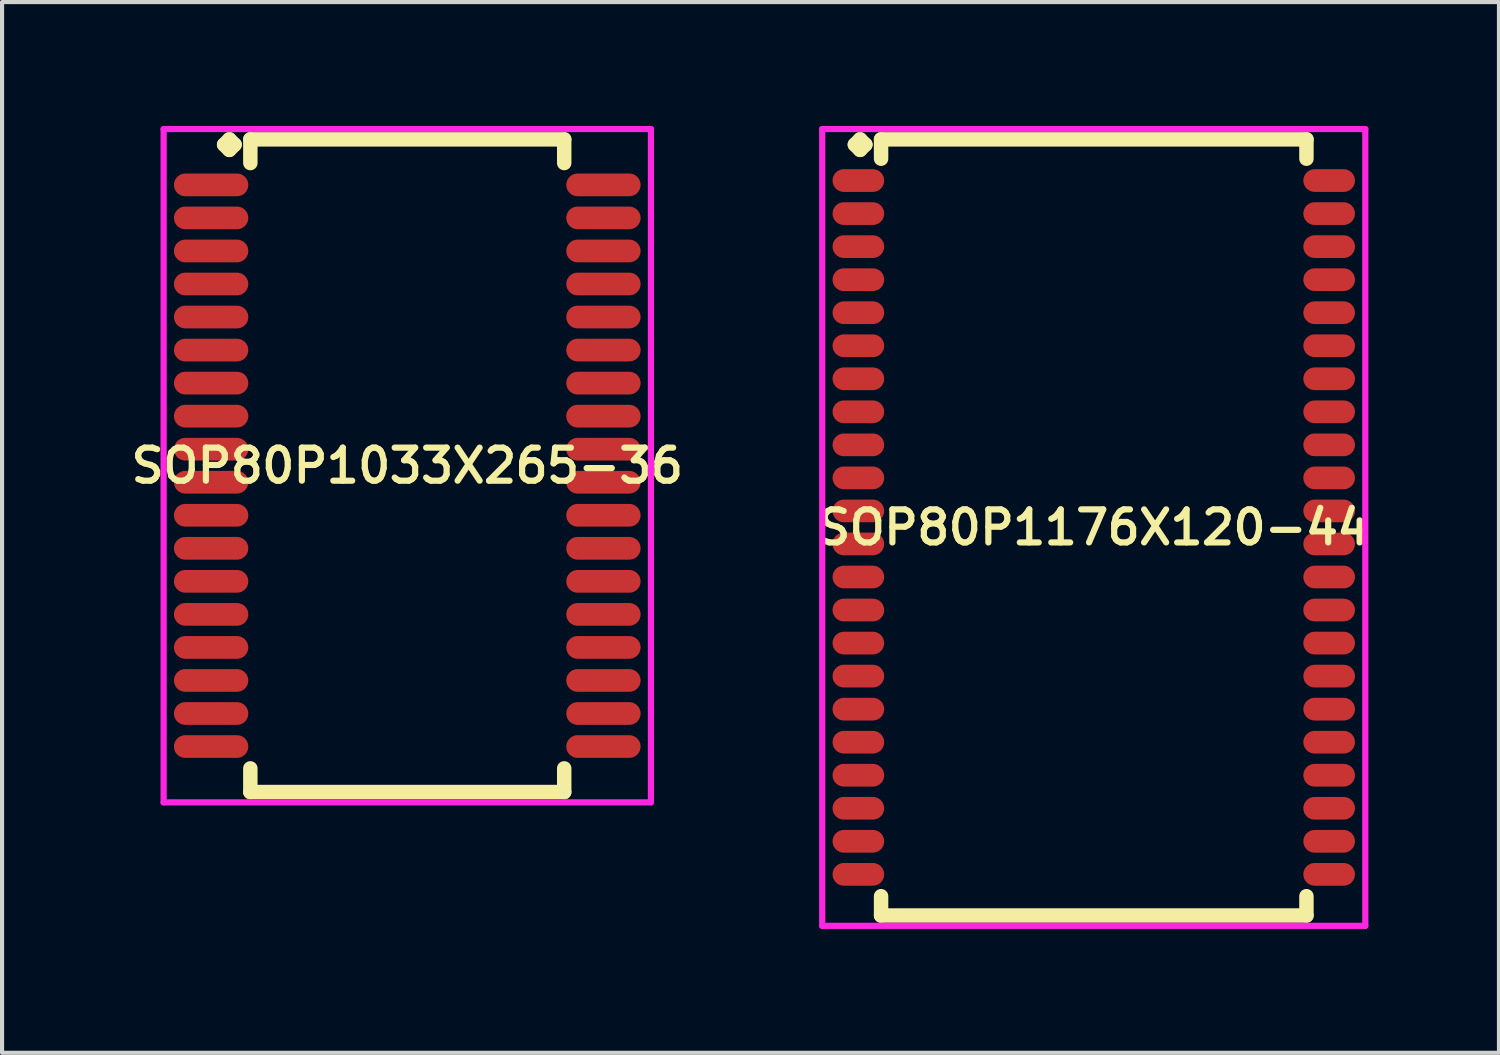
<source format=kicad_pcb>
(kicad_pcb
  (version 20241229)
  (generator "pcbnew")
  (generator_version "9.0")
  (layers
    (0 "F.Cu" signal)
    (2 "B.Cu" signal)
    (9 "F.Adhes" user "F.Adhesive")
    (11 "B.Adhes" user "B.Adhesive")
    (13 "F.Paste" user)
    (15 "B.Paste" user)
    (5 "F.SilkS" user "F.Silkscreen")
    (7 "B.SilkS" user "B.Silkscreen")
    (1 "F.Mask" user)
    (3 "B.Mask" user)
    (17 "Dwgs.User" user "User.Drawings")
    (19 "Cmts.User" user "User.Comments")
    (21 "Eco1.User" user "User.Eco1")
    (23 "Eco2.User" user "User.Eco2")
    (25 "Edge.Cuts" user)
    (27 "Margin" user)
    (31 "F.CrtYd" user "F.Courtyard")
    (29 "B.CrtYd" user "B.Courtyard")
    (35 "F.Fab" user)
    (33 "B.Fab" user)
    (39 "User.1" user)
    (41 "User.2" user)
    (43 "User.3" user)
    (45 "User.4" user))
  (footprint "SOP80P1033X265-36"
    (layer "F.Cu")
    (at 6.812 8.227)
    (property "Reference" "SOP80P1033X265-36" (at 0 0 0) (layer "F.SilkS") (effects (font (size 0.8 0.8) (thickness 0.15))))
    (attr smd)
    (fp_line (start -4.435 -7.775) (end -4.308 -7.902) (stroke (width 0.35) (type solid)) (layer "F.SilkS"))
    (fp_line (start -4.308 -7.902) (end -4.181 -7.775) (stroke (width 0.35) (type solid)) (layer "F.SilkS"))
    (fp_line (start -4.308 -7.648) (end -4.435 -7.775) (stroke (width 0.35) (type solid)) (layer "F.SilkS"))
    (fp_line (start -4.181 -7.775) (end -4.308 -7.648) (stroke (width 0.35) (type solid)) (layer "F.SilkS"))
    (fp_line (start -3.8 -7.902) (end 3.8 -7.902) (stroke (width 0.35) (type solid)) (layer "F.SilkS"))
    (fp_line (start -3.8 -7.329) (end -3.8 -7.902) (stroke (width 0.35) (type solid)) (layer "F.SilkS"))
    (fp_line (start -3.8 7.329) (end -3.8 7.902) (stroke (width 0.35) (type solid)) (layer "F.SilkS"))
    (fp_line (start -3.8 7.902) (end 3.8 7.902) (stroke (width 0.35) (type solid)) (layer "F.SilkS"))
    (fp_line (start 3.8 -7.902) (end 3.8 -7.329) (stroke (width 0.35) (type solid)) (layer "F.SilkS"))
    (fp_line (start 3.8 7.902) (end 3.8 7.329) (stroke (width 0.35) (type solid)) (layer "F.SilkS"))
    (fp_line (start -5.9 -8.152) (end 5.9 -8.152) (stroke (width 0.15) (type solid)) (layer "F.CrtYd"))
    (fp_line (start -5.9 8.152) (end -5.9 -8.152) (stroke (width 0.15) (type solid)) (layer "F.CrtYd"))
    (fp_line (start 5.9 -8.152) (end 5.9 8.152) (stroke (width 0.15) (type solid)) (layer "F.CrtYd"))
    (fp_line (start 5.9 8.152) (end -5.9 8.152) (stroke (width 0.15) (type solid)) (layer "F.CrtYd"))
    (pad "1" smd oval (at -4.75 -6.8) (size 1.8 0.55) (layers "F.Cu" "F.Mask" "F.Paste"))
    (pad "2" smd oval (at -4.75 -6) (size 1.8 0.55) (layers "F.Cu" "F.Mask" "F.Paste"))
    (pad "3" smd oval (at -4.75 -5.2) (size 1.8 0.55) (layers "F.Cu" "F.Mask" "F.Paste"))
    (pad "4" smd oval (at -4.75 -4.4) (size 1.8 0.55) (layers "F.Cu" "F.Mask" "F.Paste"))
    (pad "5" smd oval (at -4.75 -3.6) (size 1.8 0.55) (layers "F.Cu" "F.Mask" "F.Paste"))
    (pad "6" smd oval (at -4.75 -2.8) (size 1.8 0.55) (layers "F.Cu" "F.Mask" "F.Paste"))
    (pad "7" smd oval (at -4.75 -2) (size 1.8 0.55) (layers "F.Cu" "F.Mask" "F.Paste"))
    (pad "8" smd oval (at -4.75 -1.2) (size 1.8 0.55) (layers "F.Cu" "F.Mask" "F.Paste"))
    (pad "9" smd oval (at -4.75 -0.4) (size 1.8 0.55) (layers "F.Cu" "F.Mask" "F.Paste"))
    (pad "10" smd oval (at -4.75 0.4) (size 1.8 0.55) (layers "F.Cu" "F.Mask" "F.Paste"))
    (pad "11" smd oval (at -4.75 1.2) (size 1.8 0.55) (layers "F.Cu" "F.Mask" "F.Paste"))
    (pad "12" smd oval (at -4.75 2) (size 1.8 0.55) (layers "F.Cu" "F.Mask" "F.Paste"))
    (pad "13" smd oval (at -4.75 2.8) (size 1.8 0.55) (layers "F.Cu" "F.Mask" "F.Paste"))
    (pad "14" smd oval (at -4.75 3.6) (size 1.8 0.55) (layers "F.Cu" "F.Mask" "F.Paste"))
    (pad "15" smd oval (at -4.75 4.4) (size 1.8 0.55) (layers "F.Cu" "F.Mask" "F.Paste"))
    (pad "16" smd oval (at -4.75 5.2) (size 1.8 0.55) (layers "F.Cu" "F.Mask" "F.Paste"))
    (pad "17" smd oval (at -4.75 6) (size 1.8 0.55) (layers "F.Cu" "F.Mask" "F.Paste"))
    (pad "18" smd oval (at -4.75 6.8) (size 1.8 0.55) (layers "F.Cu" "F.Mask" "F.Paste"))
    (pad "19" smd oval (at 4.75 6.8) (size 1.8 0.55) (layers "F.Cu" "F.Mask" "F.Paste"))
    (pad "20" smd oval (at 4.75 6) (size 1.8 0.55) (layers "F.Cu" "F.Mask" "F.Paste"))
    (pad "21" smd oval (at 4.75 5.2) (size 1.8 0.55) (layers "F.Cu" "F.Mask" "F.Paste"))
    (pad "22" smd oval (at 4.75 4.4) (size 1.8 0.55) (layers "F.Cu" "F.Mask" "F.Paste"))
    (pad "23" smd oval (at 4.75 3.6) (size 1.8 0.55) (layers "F.Cu" "F.Mask" "F.Paste"))
    (pad "24" smd oval (at 4.75 2.8) (size 1.8 0.55) (layers "F.Cu" "F.Mask" "F.Paste"))
    (pad "25" smd oval (at 4.75 2) (size 1.8 0.55) (layers "F.Cu" "F.Mask" "F.Paste"))
    (pad "26" smd oval (at 4.75 1.2) (size 1.8 0.55) (layers "F.Cu" "F.Mask" "F.Paste"))
    (pad "27" smd oval (at 4.75 0.4) (size 1.8 0.55) (layers "F.Cu" "F.Mask" "F.Paste"))
    (pad "28" smd oval (at 4.75 -0.4) (size 1.8 0.55) (layers "F.Cu" "F.Mask" "F.Paste"))
    (pad "29" smd oval (at 4.75 -1.2) (size 1.8 0.55) (layers "F.Cu" "F.Mask" "F.Paste"))
    (pad "30" smd oval (at 4.75 -2) (size 1.8 0.55) (layers "F.Cu" "F.Mask" "F.Paste"))
    (pad "31" smd oval (at 4.75 -2.8) (size 1.8 0.55) (layers "F.Cu" "F.Mask" "F.Paste"))
    (pad "32" smd oval (at 4.75 -3.6) (size 1.8 0.55) (layers "F.Cu" "F.Mask" "F.Paste"))
    (pad "33" smd oval (at 4.75 -4.4) (size 1.8 0.55) (layers "F.Cu" "F.Mask" "F.Paste"))
    (pad "34" smd oval (at 4.75 -5.2) (size 1.8 0.55) (layers "F.Cu" "F.Mask" "F.Paste"))
    (pad "35" smd oval (at 4.75 -6) (size 1.8 0.55) (layers "F.Cu" "F.Mask" "F.Paste"))
    (pad "36" smd oval (at 4.75 -6.8) (size 1.8 0.55) (layers "F.Cu" "F.Mask" "F.Paste")))
  (footprint "SOP80P1176X120-44"
    (layer "F.Cu")
    (at 23.435 9.722)
    (property "Reference" "SOP80P1176X120-44" (at 0 0 0) (layer "F.SilkS") (effects (font (size 0.8 0.8) (thickness 0.15))))
    (attr smd)
    (fp_line (start -5.785 -9.27) (end -5.658 -9.397) (stroke (width 0.35) (type solid)) (layer "F.SilkS"))
    (fp_line (start -5.658 -9.397) (end -5.531 -9.27) (stroke (width 0.35) (type solid)) (layer "F.SilkS"))
    (fp_line (start -5.658 -9.143) (end -5.785 -9.27) (stroke (width 0.35) (type solid)) (layer "F.SilkS"))
    (fp_line (start -5.531 -9.27) (end -5.658 -9.143) (stroke (width 0.35) (type solid)) (layer "F.SilkS"))
    (fp_line (start -5.15 -9.397) (end 5.15 -9.397) (stroke (width 0.35) (type solid)) (layer "F.SilkS"))
    (fp_line (start -5.15 -8.929) (end -5.15 -9.397) (stroke (width 0.35) (type solid)) (layer "F.SilkS"))
    (fp_line (start -5.15 8.929) (end -5.15 9.397) (stroke (width 0.35) (type solid)) (layer "F.SilkS"))
    (fp_line (start -5.15 9.397) (end 5.15 9.397) (stroke (width 0.35) (type solid)) (layer "F.SilkS"))
    (fp_line (start 5.15 -9.397) (end 5.15 -8.929) (stroke (width 0.35) (type solid)) (layer "F.SilkS"))
    (fp_line (start 5.15 9.397) (end 5.15 8.929) (stroke (width 0.35) (type solid)) (layer "F.SilkS"))
    (fp_line (start -6.575 -9.647) (end 6.575 -9.647) (stroke (width 0.15) (type solid)) (layer "F.CrtYd"))
    (fp_line (start -6.575 9.647) (end -6.575 -9.647) (stroke (width 0.15) (type solid)) (layer "F.CrtYd"))
    (fp_line (start 6.575 -9.647) (end 6.575 9.647) (stroke (width 0.15) (type solid)) (layer "F.CrtYd"))
    (fp_line (start 6.575 9.647) (end -6.575 9.647) (stroke (width 0.15) (type solid)) (layer "F.CrtYd"))
    (pad "1" smd oval (at -5.7 -8.4) (size 1.25 0.55) (layers "F.Cu" "F.Mask" "F.Paste"))
    (pad "2" smd oval (at -5.7 -7.6) (size 1.25 0.55) (layers "F.Cu" "F.Mask" "F.Paste"))
    (pad "3" smd oval (at -5.7 -6.8) (size 1.25 0.55) (layers "F.Cu" "F.Mask" "F.Paste"))
    (pad "4" smd oval (at -5.7 -6) (size 1.25 0.55) (layers "F.Cu" "F.Mask" "F.Paste"))
    (pad "5" smd oval (at -5.7 -5.2) (size 1.25 0.55) (layers "F.Cu" "F.Mask" "F.Paste"))
    (pad "6" smd oval (at -5.7 -4.4) (size 1.25 0.55) (layers "F.Cu" "F.Mask" "F.Paste"))
    (pad "7" smd oval (at -5.7 -3.6) (size 1.25 0.55) (layers "F.Cu" "F.Mask" "F.Paste"))
    (pad "8" smd oval (at -5.7 -2.8) (size 1.25 0.55) (layers "F.Cu" "F.Mask" "F.Paste"))
    (pad "9" smd oval (at -5.7 -2) (size 1.25 0.55) (layers "F.Cu" "F.Mask" "F.Paste"))
    (pad "10" smd oval (at -5.7 -1.2) (size 1.25 0.55) (layers "F.Cu" "F.Mask" "F.Paste"))
    (pad "11" smd oval (at -5.7 -0.4) (size 1.25 0.55) (layers "F.Cu" "F.Mask" "F.Paste"))
    (pad "12" smd oval (at -5.7 0.4) (size 1.25 0.55) (layers "F.Cu" "F.Mask" "F.Paste"))
    (pad "13" smd oval (at -5.7 1.2) (size 1.25 0.55) (layers "F.Cu" "F.Mask" "F.Paste"))
    (pad "14" smd oval (at -5.7 2) (size 1.25 0.55) (layers "F.Cu" "F.Mask" "F.Paste"))
    (pad "15" smd oval (at -5.7 2.8) (size 1.25 0.55) (layers "F.Cu" "F.Mask" "F.Paste"))
    (pad "16" smd oval (at -5.7 3.6) (size 1.25 0.55) (layers "F.Cu" "F.Mask" "F.Paste"))
    (pad "17" smd oval (at -5.7 4.4) (size 1.25 0.55) (layers "F.Cu" "F.Mask" "F.Paste"))
    (pad "18" smd oval (at -5.7 5.2) (size 1.25 0.55) (layers "F.Cu" "F.Mask" "F.Paste"))
    (pad "19" smd oval (at -5.7 6) (size 1.25 0.55) (layers "F.Cu" "F.Mask" "F.Paste"))
    (pad "20" smd oval (at -5.7 6.8) (size 1.25 0.55) (layers "F.Cu" "F.Mask" "F.Paste"))
    (pad "21" smd oval (at -5.7 7.6) (size 1.25 0.55) (layers "F.Cu" "F.Mask" "F.Paste"))
    (pad "22" smd oval (at -5.7 8.4) (size 1.25 0.55) (layers "F.Cu" "F.Mask" "F.Paste"))
    (pad "23" smd oval (at 5.7 8.4) (size 1.25 0.55) (layers "F.Cu" "F.Mask" "F.Paste"))
    (pad "24" smd oval (at 5.7 7.6) (size 1.25 0.55) (layers "F.Cu" "F.Mask" "F.Paste"))
    (pad "25" smd oval (at 5.7 6.8) (size 1.25 0.55) (layers "F.Cu" "F.Mask" "F.Paste"))
    (pad "26" smd oval (at 5.7 6) (size 1.25 0.55) (layers "F.Cu" "F.Mask" "F.Paste"))
    (pad "27" smd oval (at 5.7 5.2) (size 1.25 0.55) (layers "F.Cu" "F.Mask" "F.Paste"))
    (pad "28" smd oval (at 5.7 4.4) (size 1.25 0.55) (layers "F.Cu" "F.Mask" "F.Paste"))
    (pad "29" smd oval (at 5.7 3.6) (size 1.25 0.55) (layers "F.Cu" "F.Mask" "F.Paste"))
    (pad "30" smd oval (at 5.7 2.8) (size 1.25 0.55) (layers "F.Cu" "F.Mask" "F.Paste"))
    (pad "31" smd oval (at 5.7 2) (size 1.25 0.55) (layers "F.Cu" "F.Mask" "F.Paste"))
    (pad "32" smd oval (at 5.7 1.2) (size 1.25 0.55) (layers "F.Cu" "F.Mask" "F.Paste"))
    (pad "33" smd oval (at 5.7 0.4) (size 1.25 0.55) (layers "F.Cu" "F.Mask" "F.Paste"))
    (pad "34" smd oval (at 5.7 -0.4) (size 1.25 0.55) (layers "F.Cu" "F.Mask" "F.Paste"))
    (pad "35" smd oval (at 5.7 -1.2) (size 1.25 0.55) (layers "F.Cu" "F.Mask" "F.Paste"))
    (pad "36" smd oval (at 5.7 -2) (size 1.25 0.55) (layers "F.Cu" "F.Mask" "F.Paste"))
    (pad "37" smd oval (at 5.7 -2.8) (size 1.25 0.55) (layers "F.Cu" "F.Mask" "F.Paste"))
    (pad "38" smd oval (at 5.7 -3.6) (size 1.25 0.55) (layers "F.Cu" "F.Mask" "F.Paste"))
    (pad "39" smd oval (at 5.7 -4.4) (size 1.25 0.55) (layers "F.Cu" "F.Mask" "F.Paste"))
    (pad "40" smd oval (at 5.7 -5.2) (size 1.25 0.55) (layers "F.Cu" "F.Mask" "F.Paste"))
    (pad "41" smd oval (at 5.7 -6) (size 1.25 0.55) (layers "F.Cu" "F.Mask" "F.Paste"))
    (pad "42" smd oval (at 5.7 -6.8) (size 1.25 0.55) (layers "F.Cu" "F.Mask" "F.Paste"))
    (pad "43" smd oval (at 5.7 -7.6) (size 1.25 0.55) (layers "F.Cu" "F.Mask" "F.Paste"))
    (pad "44" smd oval (at 5.7 -8.4) (size 1.25 0.55) (layers "F.Cu" "F.Mask" "F.Paste")))
  (gr_rect
    (start -3 -3)
    (end 33.247 22.444)
    (stroke (width 0.1) (type default))
    (fill no)
    (layer "Edge.Cuts")))
</source>
